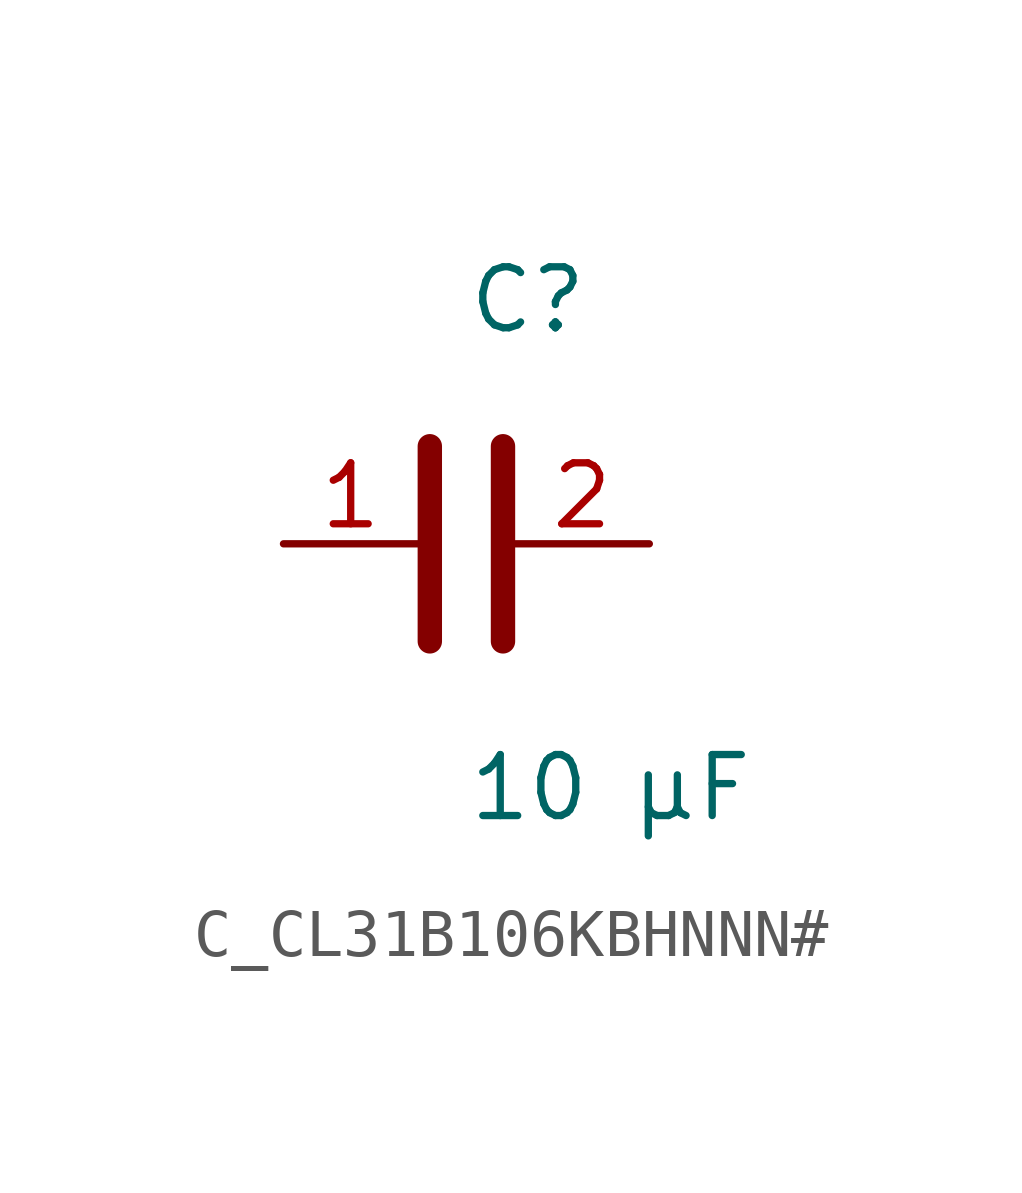
<source format=kicad_sym>
(kicad_symbol_lib
  (version 20231120)
  (generator kicad_symbol_editor)
  (generator_version 8.0)
  (symbol "C_CL31B106KBHNNN#"
    (pin_names
      (offset 0.254))
    (property "Reference" "C"
      (at 0.0 5.08 0)
      (effects (font (size 1.27 1.27)) (justify left)))
    (property "Value" "10 µF"
      (at 0.0 -5.08 0)
      (effects (font (size 1.27 1.27)) (justify left)))
    (symbol "C_CL31B106KBHNNN#_0_1"
      (polyline (pts (xy -0.762 -2.032) (xy -0.762 2.032)) (stroke (width 0.508) (type default)) (fill (type none)))
      (polyline (pts (xy 0.762 -2.032) (xy 0.762 2.032)) (stroke (width 0.508) (type default)) (fill (type none))))
    (pin unspecified line
      (at -3.81 0 0)
      (length 2.8)
      (name "" (effects (font (size 1.27 1.27))))
      (number "1" (effects (font (size 1.27 1.27)))))
    (pin unspecified line
      (at 3.81 0 180)
      (length 2.8)
      (name "" (effects (font (size 1.27 1.27))))
      (number "2" (effects (font (size 1.27 1.27)))))))
</source>
